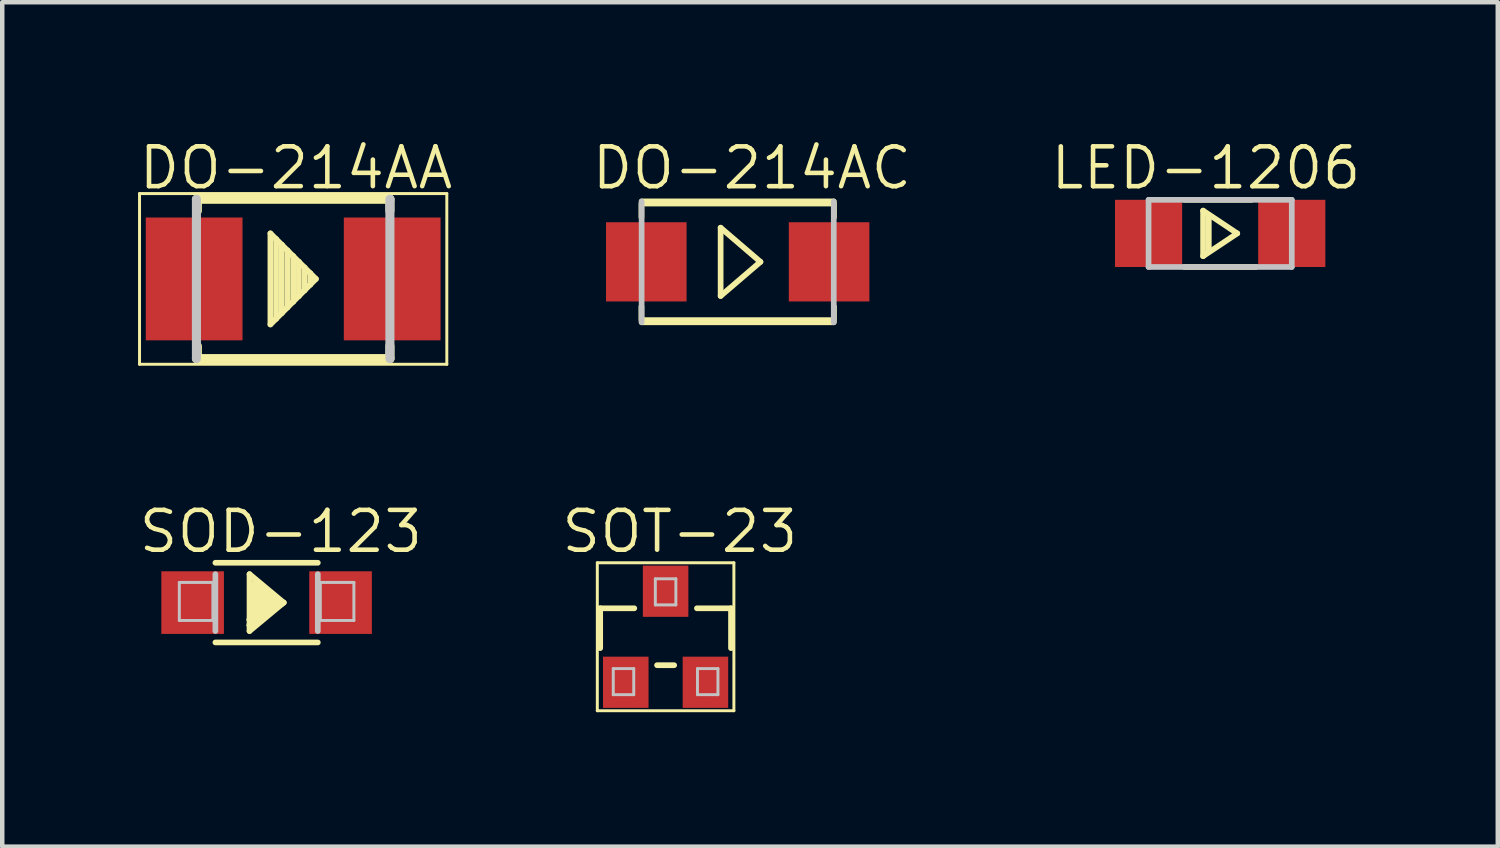
<source format=kicad_pcb>
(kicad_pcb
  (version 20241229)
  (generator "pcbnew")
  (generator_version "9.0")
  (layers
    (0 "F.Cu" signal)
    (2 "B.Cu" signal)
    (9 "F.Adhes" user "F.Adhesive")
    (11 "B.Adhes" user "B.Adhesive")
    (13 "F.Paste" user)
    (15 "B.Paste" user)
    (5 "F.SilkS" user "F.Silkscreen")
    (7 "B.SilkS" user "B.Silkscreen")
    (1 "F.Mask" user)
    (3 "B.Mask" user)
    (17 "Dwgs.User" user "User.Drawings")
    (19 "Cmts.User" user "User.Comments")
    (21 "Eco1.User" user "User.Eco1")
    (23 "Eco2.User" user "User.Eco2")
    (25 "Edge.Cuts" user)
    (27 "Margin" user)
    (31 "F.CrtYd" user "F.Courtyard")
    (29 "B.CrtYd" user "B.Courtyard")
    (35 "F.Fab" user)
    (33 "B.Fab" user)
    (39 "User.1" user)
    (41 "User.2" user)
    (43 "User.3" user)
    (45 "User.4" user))
  (footprint "SOT-23"
    (layer "F.Cu")
    (at 11.805 11.161)
    (property "Reference" "SOT-23" (at 0.318 -2.349 0) (layer "F.SilkS") (effects (font (size 0.889 0.889) (thickness 0.102))))
    (attr smd)
    (fp_line (start -1.524 -1.651) (end 1.524 -1.651) (stroke (width 0.066) (type solid)) (layer "F.SilkS"))
    (fp_line (start -1.524 1.651) (end -1.524 -1.651) (stroke (width 0.066) (type solid)) (layer "F.SilkS"))
    (fp_line (start -1.524 1.651) (end 1.524 1.651) (stroke (width 0.066) (type solid)) (layer "F.SilkS"))
    (fp_line (start -1.46 -0.635) (end -1.46 0.254) (stroke (width 0.127) (type solid)) (layer "F.SilkS"))
    (fp_line (start -0.699 -0.635) (end -1.46 -0.635) (stroke (width 0.127) (type solid)) (layer "F.SilkS"))
    (fp_line (start -0.191 0.635) (end 0.191 0.635) (stroke (width 0.127) (type solid)) (layer "F.SilkS"))
    (fp_line (start 1.46 -0.635) (end 0.699 -0.635) (stroke (width 0.127) (type solid)) (layer "F.SilkS"))
    (fp_line (start 1.46 0.254) (end 1.46 -0.635) (stroke (width 0.127) (type solid)) (layer "F.SilkS"))
    (fp_line (start 1.524 1.651) (end 1.524 -1.651) (stroke (width 0.066) (type solid)) (layer "F.SilkS"))
    (fp_line (start -1.168 0.711) (end -0.711 0.711) (stroke (width 0.066) (type solid)) (layer "Dwgs.User"))
    (fp_line (start -1.168 1.293) (end -1.168 0.711) (stroke (width 0.066) (type solid)) (layer "Dwgs.User"))
    (fp_line (start -1.168 1.293) (end -0.711 1.293) (stroke (width 0.066) (type solid)) (layer "Dwgs.User"))
    (fp_line (start -0.711 1.293) (end -0.711 0.711) (stroke (width 0.066) (type solid)) (layer "Dwgs.User"))
    (fp_line (start -0.229 -1.293) (end 0.229 -1.293) (stroke (width 0.066) (type solid)) (layer "Dwgs.User"))
    (fp_line (start -0.229 -0.711) (end -0.229 -1.293) (stroke (width 0.066) (type solid)) (layer "Dwgs.User"))
    (fp_line (start -0.229 -0.711) (end 0.229 -0.711) (stroke (width 0.066) (type solid)) (layer "Dwgs.User"))
    (fp_line (start 0.229 -0.711) (end 0.229 -1.293) (stroke (width 0.066) (type solid)) (layer "Dwgs.User"))
    (fp_line (start 0.711 0.711) (end 1.168 0.711) (stroke (width 0.066) (type solid)) (layer "Dwgs.User"))
    (fp_line (start 0.711 1.293) (end 0.711 0.711) (stroke (width 0.066) (type solid)) (layer "Dwgs.User"))
    (fp_line (start 0.711 1.293) (end 1.168 1.293) (stroke (width 0.066) (type solid)) (layer "Dwgs.User"))
    (fp_line (start 1.168 1.293) (end 1.168 0.711) (stroke (width 0.066) (type solid)) (layer "Dwgs.User"))
    (pad "1" smd rect (at -0.889 1.016 180) (size 1.016 1.143) (layers "F.Cu" "F.Mask" "F.Paste"))
    (pad "2" smd rect (at 0.889 1.016) (size 1.016 1.143) (layers "F.Cu" "F.Mask" "F.Paste"))
    (pad "3" smd rect (at 0 -1.016) (size 1.016 1.143) (layers "F.Cu" "F.Mask" "F.Paste")))
  (footprint "LED-1206"
    (layer "F.Cu")
    (at 24.182 2.159)
    (property "Reference" "LED-1206" (at -0.318 -1.46 0) (layer "F.SilkS") (effects (font (size 0.889 0.889) (thickness 0.102))))
    (attr smd)
    (fp_line (start -0.798 -0.749) (end 0.699 -0.749) (stroke (width 0.127) (type solid)) (layer "F.SilkS"))
    (fp_line (start -0.798 0.749) (end 0.798 0.749) (stroke (width 0.127) (type solid)) (layer "F.SilkS"))
    (fp_line (start -0.381 -0.508) (end -0.381 0.508) (stroke (width 0.127) (type solid)) (layer "F.SilkS"))
    (fp_line (start -0.381 0.508) (end 0.381 0) (stroke (width 0.127) (type solid)) (layer "F.SilkS"))
    (fp_line (start -0.254 -0.381) (end -0.254 0.381) (stroke (width 0.127) (type solid)) (layer "F.SilkS"))
    (fp_line (start 0.381 0) (end -0.381 -0.508) (stroke (width 0.127) (type solid)) (layer "F.SilkS"))
    (fp_line (start -1.598 -0.749) (end 1.598 -0.749) (stroke (width 0.127) (type solid)) (layer "Dwgs.User"))
    (fp_line (start -1.598 0.749) (end -1.598 -0.749) (stroke (width 0.127) (type solid)) (layer "Dwgs.User"))
    (fp_line (start 1.598 -0.749) (end 1.598 0.749) (stroke (width 0.127) (type solid)) (layer "Dwgs.User"))
    (fp_line (start 1.598 0.749) (end -1.598 0.749) (stroke (width 0.127) (type solid)) (layer "Dwgs.User"))
    (pad "+" smd rect (at -1.598 0) (size 1.499 1.499) (layers "F.Cu" "F.Mask" "F.Paste"))
    (pad "-" smd rect (at 1.598 0) (size 1.499 1.499) (layers "F.Cu" "F.Mask" "F.Paste")))
  (footprint "DO-214AA"
    (layer "F.Cu")
    (at 3.493 3.175)
    (property "Reference" "DO-214AA" (at 0.064 -2.477 0) (layer "F.SilkS") (effects (font (size 0.889 0.889) (thickness 0.102))))
    (attr smd)
    (fp_line (start -3.429 -1.905) (end 3.429 -1.905) (stroke (width 0.066) (type solid)) (layer "F.SilkS"))
    (fp_line (start -3.429 1.905) (end -3.429 -1.905) (stroke (width 0.066) (type solid)) (layer "F.SilkS"))
    (fp_line (start -3.429 1.905) (end 3.429 1.905) (stroke (width 0.066) (type solid)) (layer "F.SilkS"))
    (fp_line (start -2.159 -1.778) (end -2.139 -1.778) (stroke (width 0.203) (type solid)) (layer "F.SilkS"))
    (fp_line (start -2.139 -1.778) (end 2.159 -1.778) (stroke (width 0.203) (type solid)) (layer "F.SilkS"))
    (fp_line (start -2.139 -1.519) (end -2.139 -1.778) (stroke (width 0.203) (type solid)) (layer "F.SilkS"))
    (fp_line (start -2.139 1.778) (end -2.159 1.778) (stroke (width 0.203) (type solid)) (layer "F.SilkS"))
    (fp_line (start -2.139 1.778) (end -2.139 1.499) (stroke (width 0.203) (type solid)) (layer "F.SilkS"))
    (fp_line (start -0.508 -1.016) (end -0.381 -0.889) (stroke (width 0.127) (type solid)) (layer "F.SilkS"))
    (fp_line (start -0.508 1.016) (end -0.508 -1.016) (stroke (width 0.127) (type solid)) (layer "F.SilkS"))
    (fp_line (start -0.381 -0.889) (end -0.381 0.889) (stroke (width 0.127) (type solid)) (layer "F.SilkS"))
    (fp_line (start -0.381 -0.889) (end -0.254 -0.762) (stroke (width 0.127) (type solid)) (layer "F.SilkS"))
    (fp_line (start -0.381 0.889) (end -0.508 1.016) (stroke (width 0.127) (type solid)) (layer "F.SilkS"))
    (fp_line (start -0.381 0.889) (end -0.254 0.762) (stroke (width 0.127) (type solid)) (layer "F.SilkS"))
    (fp_line (start -0.254 -0.762) (end -0.127 -0.635) (stroke (width 0.127) (type solid)) (layer "F.SilkS"))
    (fp_line (start -0.254 0.762) (end -0.254 -0.762) (stroke (width 0.127) (type solid)) (layer "F.SilkS"))
    (fp_line (start -0.254 0.762) (end -0.127 0.635) (stroke (width 0.127) (type solid)) (layer "F.SilkS"))
    (fp_line (start -0.127 -0.635) (end -0.127 0.635) (stroke (width 0.127) (type solid)) (layer "F.SilkS"))
    (fp_line (start -0.127 -0.635) (end 0 -0.508) (stroke (width 0.127) (type solid)) (layer "F.SilkS"))
    (fp_line (start -0.127 0.635) (end 0 0.508) (stroke (width 0.127) (type solid)) (layer "F.SilkS"))
    (fp_line (start 0 -0.508) (end 0.127 -0.381) (stroke (width 0.127) (type solid)) (layer "F.SilkS"))
    (fp_line (start 0 0.508) (end 0 -0.508) (stroke (width 0.127) (type solid)) (layer "F.SilkS"))
    (fp_line (start 0 0.508) (end 0.127 0.381) (stroke (width 0.127) (type solid)) (layer "F.SilkS"))
    (fp_line (start 0.127 -0.381) (end 0.127 0.381) (stroke (width 0.127) (type solid)) (layer "F.SilkS"))
    (fp_line (start 0.127 -0.381) (end 0.254 -0.254) (stroke (width 0.127) (type solid)) (layer "F.SilkS"))
    (fp_line (start 0.254 -0.254) (end 0.381 -0.127) (stroke (width 0.127) (type solid)) (layer "F.SilkS"))
    (fp_line (start 0.254 0.254) (end 0.127 0.381) (stroke (width 0.127) (type solid)) (layer "F.SilkS"))
    (fp_line (start 0.254 0.254) (end 0.254 -0.254) (stroke (width 0.127) (type solid)) (layer "F.SilkS"))
    (fp_line (start 0.381 -0.127) (end 0.381 0.127) (stroke (width 0.127) (type solid)) (layer "F.SilkS"))
    (fp_line (start 0.381 -0.127) (end 0.508 0) (stroke (width 0.127) (type solid)) (layer "F.SilkS"))
    (fp_line (start 0.381 0.127) (end 0.254 0.254) (stroke (width 0.127) (type solid)) (layer "F.SilkS"))
    (fp_line (start 0.508 0) (end 0.381 0.127) (stroke (width 0.127) (type solid)) (layer "F.SilkS"))
    (fp_line (start 2.159 -1.519) (end 2.159 -1.778) (stroke (width 0.203) (type solid)) (layer "F.SilkS"))
    (fp_line (start 2.159 1.778) (end -2.139 1.778) (stroke (width 0.203) (type solid)) (layer "F.SilkS"))
    (fp_line (start 2.159 1.778) (end 2.159 1.499) (stroke (width 0.203) (type solid)) (layer "F.SilkS"))
    (fp_line (start 3.429 1.905) (end 3.429 -1.905) (stroke (width 0.066) (type solid)) (layer "F.SilkS"))
    (fp_line (start -2.159 1.778) (end -2.159 -1.778) (stroke (width 0.203) (type solid)) (layer "Dwgs.User"))
    (fp_line (start 2.159 -1.778) (end 2.159 1.778) (stroke (width 0.203) (type solid)) (layer "Dwgs.User"))
    (pad "+" smd rect (at -2.21 0 270) (size 2.741 2.159) (layers "F.Cu" "F.Mask" "F.Paste"))
    (pad "-" smd rect (at 2.21 0 270) (size 2.741 2.159) (layers "F.Cu" "F.Mask" "F.Paste")))
  (footprint "DO-214AC"
    (layer "F.Cu")
    (at 13.414 2.794)
    (property "Reference" "DO-214AC" (at 0.318 -2.095 0) (layer "F.SilkS") (effects (font (size 0.889 0.889) (thickness 0.102))))
    (attr smd)
    (fp_line (start -2.159 -1.27) (end 2.159 -1.27) (stroke (width 0.066) (type solid)) (layer "F.SilkS"))
    (fp_line (start -2.159 1.27) (end -2.159 -1.27) (stroke (width 0.066) (type solid)) (layer "F.SilkS"))
    (fp_line (start -2.159 1.27) (end 2.159 1.27) (stroke (width 0.066) (type solid)) (layer "F.SilkS"))
    (fp_line (start -2.149 -1.298) (end -2.149 -0.998) (stroke (width 0.127) (type solid)) (layer "F.SilkS"))
    (fp_line (start -2.149 1.298) (end -2.149 0.998) (stroke (width 0.127) (type solid)) (layer "F.SilkS"))
    (fp_line (start -2.144 -1.349) (end 2.144 -1.349) (stroke (width 0.127) (type solid)) (layer "F.SilkS"))
    (fp_line (start -0.381 -0.762) (end 0.508 0) (stroke (width 0.127) (type solid)) (layer "F.SilkS"))
    (fp_line (start -0.381 0.762) (end -0.381 -0.762) (stroke (width 0.127) (type solid)) (layer "F.SilkS"))
    (fp_line (start 0.508 0) (end -0.381 0.762) (stroke (width 0.127) (type solid)) (layer "F.SilkS"))
    (fp_line (start 2.144 1.349) (end -2.144 1.349) (stroke (width 0.127) (type solid)) (layer "F.SilkS"))
    (fp_line (start 2.149 -1.298) (end 2.149 -0.998) (stroke (width 0.127) (type solid)) (layer "F.SilkS"))
    (fp_line (start 2.149 1.298) (end 2.149 0.998) (stroke (width 0.127) (type solid)) (layer "F.SilkS"))
    (fp_line (start 2.159 1.27) (end 2.159 -1.27) (stroke (width 0.066) (type solid)) (layer "F.SilkS"))
    (fp_line (start -2.144 1.349) (end -2.144 -1.349) (stroke (width 0.127) (type solid)) (layer "Dwgs.User"))
    (fp_line (start 2.144 -1.349) (end 2.144 1.349) (stroke (width 0.127) (type solid)) (layer "Dwgs.User"))
    (pad "1" smd rect (at -2.04 0 90) (size 1.768 1.798) (layers "F.Cu" "F.Mask" "F.Paste"))
    (pad "2" smd rect (at 2.04 0 90) (size 1.768 1.798) (layers "F.Cu" "F.Mask" "F.Paste")))
  (footprint "SOD-123"
    (layer "F.Cu")
    (at 2.9 10.399)
    (property "Reference" "SOD-123" (at 0.318 -1.587 0) (layer "F.SilkS") (effects (font (size 0.889 0.889) (thickness 0.102))))
    (attr smd)
    (fp_line (start -1.143 -0.889) (end 1.143 -0.889) (stroke (width 0.127) (type solid)) (layer "F.SilkS"))
    (fp_line (start -0.381 -0.635) (end 0.381 0) (stroke (width 0.127) (type solid)) (layer "F.SilkS"))
    (fp_line (start -0.381 0.381) (end -0.381 -0.635) (stroke (width 0.127) (type solid)) (layer "F.SilkS"))
    (fp_line (start -0.381 0.381) (end -0.254 -0.381) (stroke (width 0.127) (type solid)) (layer "F.SilkS"))
    (fp_line (start -0.381 0.508) (end -0.381 0.381) (stroke (width 0.127) (type solid)) (layer "F.SilkS"))
    (fp_line (start -0.381 0.508) (end -0.254 -0.508) (stroke (width 0.127) (type solid)) (layer "F.SilkS"))
    (fp_line (start -0.381 0.635) (end -0.381 0.508) (stroke (width 0.127) (type solid)) (layer "F.SilkS"))
    (fp_line (start -0.254 -0.508) (end 0.254 0) (stroke (width 0.127) (type solid)) (layer "F.SilkS"))
    (fp_line (start -0.254 -0.381) (end 0.127 0) (stroke (width 0.127) (type solid)) (layer "F.SilkS"))
    (fp_line (start -0.254 -0.254) (end -0.127 -0.127) (stroke (width 0.127) (type solid)) (layer "F.SilkS"))
    (fp_line (start -0.254 0.127) (end -0.254 -0.254) (stroke (width 0.127) (type solid)) (layer "F.SilkS"))
    (fp_line (start -0.254 0.127) (end -0.127 -0.127) (stroke (width 0.127) (type solid)) (layer "F.SilkS"))
    (fp_line (start -0.254 0.254) (end -0.254 0.127) (stroke (width 0.127) (type solid)) (layer "F.SilkS"))
    (fp_line (start -0.127 -0.127) (end -0.127 0) (stroke (width 0.127) (type solid)) (layer "F.SilkS"))
    (fp_line (start -0.127 -0.127) (end 0 0) (stroke (width 0.127) (type solid)) (layer "F.SilkS"))
    (fp_line (start 0 0) (end -0.254 0.127) (stroke (width 0.127) (type solid)) (layer "F.SilkS"))
    (fp_line (start 0.127 0) (end -0.254 0.254) (stroke (width 0.127) (type solid)) (layer "F.SilkS"))
    (fp_line (start 0.254 0) (end -0.381 0.381) (stroke (width 0.127) (type solid)) (layer "F.SilkS"))
    (fp_line (start 0.381 0) (end -0.381 0.508) (stroke (width 0.127) (type solid)) (layer "F.SilkS"))
    (fp_line (start 0.381 0) (end -0.381 0.635) (stroke (width 0.127) (type solid)) (layer "F.SilkS"))
    (fp_line (start 1.143 0.889) (end -1.143 0.889) (stroke (width 0.127) (type solid)) (layer "F.SilkS"))
    (fp_line (start -1.948 -0.45) (end -1.199 -0.45) (stroke (width 0.066) (type solid)) (layer "Dwgs.User"))
    (fp_line (start -1.948 0.399) (end -1.948 -0.45) (stroke (width 0.066) (type solid)) (layer "Dwgs.User"))
    (fp_line (start -1.948 0.399) (end -1.199 0.399) (stroke (width 0.066) (type solid)) (layer "Dwgs.User"))
    (fp_line (start -1.199 0.399) (end -1.199 -0.45) (stroke (width 0.066) (type solid)) (layer "Dwgs.User"))
    (fp_line (start -1.143 0.635) (end -1.143 -0.635) (stroke (width 0.127) (type solid)) (layer "Dwgs.User"))
    (fp_line (start 1.143 -0.635) (end 1.143 0.635) (stroke (width 0.127) (type solid)) (layer "Dwgs.User"))
    (fp_line (start 1.199 -0.45) (end 1.948 -0.45) (stroke (width 0.066) (type solid)) (layer "Dwgs.User"))
    (fp_line (start 1.199 0.399) (end 1.199 -0.45) (stroke (width 0.066) (type solid)) (layer "Dwgs.User"))
    (fp_line (start 1.199 0.399) (end 1.948 0.399) (stroke (width 0.066) (type solid)) (layer "Dwgs.User"))
    (fp_line (start 1.948 0.399) (end 1.948 -0.45) (stroke (width 0.066) (type solid)) (layer "Dwgs.User"))
    (pad "+" smd rect (at -1.651 0 180) (size 1.397 1.397) (layers "F.Cu" "F.Mask" "F.Paste"))
    (pad "-" smd rect (at 1.651 0 180) (size 1.397 1.397) (layers "F.Cu" "F.Mask" "F.Paste")))
  (gr_rect
    (start -3 -3)
    (end 30.378 15.845)
    (stroke (width 0.1) (type default))
    (fill no)
    (layer "Edge.Cuts")))
</source>
